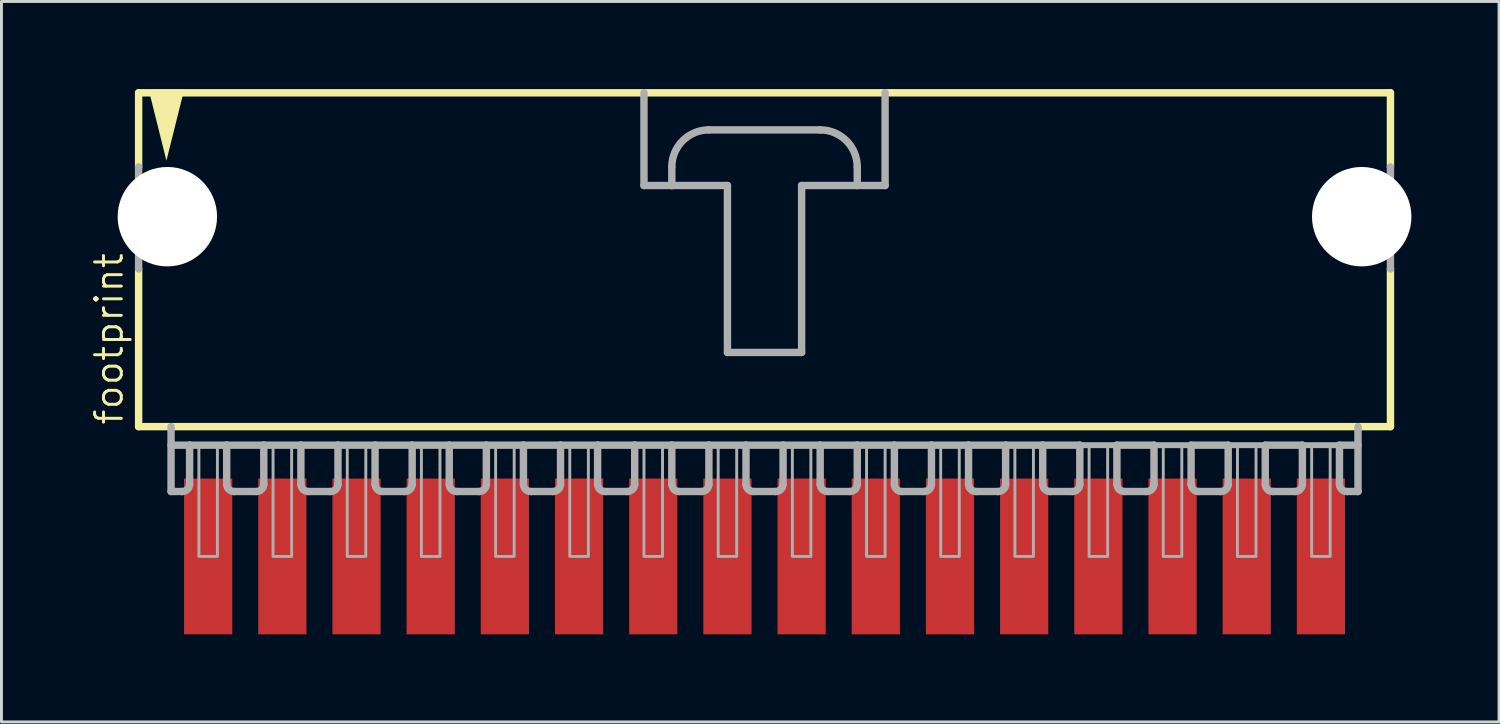
<source format=kicad_pcb>
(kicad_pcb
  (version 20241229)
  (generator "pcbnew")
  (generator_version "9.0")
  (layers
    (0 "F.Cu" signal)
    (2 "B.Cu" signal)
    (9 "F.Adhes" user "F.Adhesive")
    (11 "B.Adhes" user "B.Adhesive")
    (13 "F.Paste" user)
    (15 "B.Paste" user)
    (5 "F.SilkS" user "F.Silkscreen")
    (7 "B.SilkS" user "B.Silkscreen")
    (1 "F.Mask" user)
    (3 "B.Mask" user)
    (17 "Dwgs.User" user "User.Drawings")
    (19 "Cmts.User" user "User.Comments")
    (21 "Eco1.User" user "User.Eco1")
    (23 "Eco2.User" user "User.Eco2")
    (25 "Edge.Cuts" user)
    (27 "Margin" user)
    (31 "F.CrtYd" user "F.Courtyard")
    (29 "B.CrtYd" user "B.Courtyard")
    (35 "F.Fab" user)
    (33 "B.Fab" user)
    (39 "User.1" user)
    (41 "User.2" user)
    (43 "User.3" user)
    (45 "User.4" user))
  (footprint "footprint"
    (layer "F.Cu")
    (at 23.127 5.207)
    (property "Reference" "footprint" (at -21.907 6.35 90) (layer "F.SilkS") (effects (font (size 0.914 0.914) (thickness 0.102)) (justify left bottom)))
    (fp_line (start -21.431 -5.08) (end -21.431 -2.54) (stroke (width 0.254) (type solid)) (layer "F.SilkS"))
    (fp_line (start -21.431 0.953) (end -21.431 6.35) (stroke (width 0.254) (type solid)) (layer "F.SilkS"))
    (fp_line (start -21.431 6.35) (end 21.431 6.35) (stroke (width 0.254) (type solid)) (layer "F.SilkS"))
    (fp_line (start 21.431 -5.08) (end -21.431 -5.08) (stroke (width 0.254) (type solid)) (layer "F.SilkS"))
    (fp_line (start 21.431 -2.54) (end 21.431 -5.08) (stroke (width 0.254) (type solid)) (layer "F.SilkS"))
    (fp_line (start 21.431 6.35) (end 21.431 0.953) (stroke (width 0.254) (type solid)) (layer "F.SilkS"))
    (fp_poly (pts (xy -20.479 -2.756) (xy -21.085 -5.182) (xy -19.872 -5.182)) (stroke (width 0) (type solid)) (fill yes) (layer "F.SilkS"))
    (fp_line (start -21.431 -2.54) (end -21.431 0.953) (stroke (width 0.254) (type solid)) (layer "F.Fab"))
    (fp_line (start -20.32 6.35) (end -20.32 8.572) (stroke (width 0.254) (type solid)) (layer "F.Fab"))
    (fp_line (start -20.32 6.985) (end -19.685 6.985) (stroke (width 0.254) (type solid)) (layer "F.Fab"))
    (fp_line (start -19.939 8.572) (end -20.32 8.572) (stroke (width 0.254) (type solid)) (layer "F.Fab"))
    (fp_line (start -19.685 6.985) (end -19.685 8.319) (stroke (width 0.254) (type solid)) (layer "F.Fab"))
    (fp_line (start -19.685 6.985) (end -18.415 6.985) (stroke (width 0.254) (type solid)) (layer "F.Fab"))
    (fp_line (start -18.415 6.985) (end -18.415 8.319) (stroke (width 0.254) (type solid)) (layer "F.Fab"))
    (fp_line (start -18.415 6.985) (end -17.145 6.985) (stroke (width 0.254) (type solid)) (layer "F.Fab"))
    (fp_line (start -17.399 8.572) (end -18.161 8.572) (stroke (width 0.254) (type solid)) (layer "F.Fab"))
    (fp_line (start -17.145 6.985) (end -17.145 8.319) (stroke (width 0.254) (type solid)) (layer "F.Fab"))
    (fp_line (start -17.145 6.985) (end -15.875 6.985) (stroke (width 0.254) (type solid)) (layer "F.Fab"))
    (fp_line (start -15.875 6.985) (end -15.875 8.319) (stroke (width 0.254) (type solid)) (layer "F.Fab"))
    (fp_line (start -15.875 6.985) (end -14.605 6.985) (stroke (width 0.254) (type solid)) (layer "F.Fab"))
    (fp_line (start -14.859 8.572) (end -15.621 8.572) (stroke (width 0.254) (type solid)) (layer "F.Fab"))
    (fp_line (start -14.605 6.985) (end -14.605 8.319) (stroke (width 0.254) (type solid)) (layer "F.Fab"))
    (fp_line (start -14.605 6.985) (end -13.335 6.985) (stroke (width 0.254) (type solid)) (layer "F.Fab"))
    (fp_line (start -13.335 6.985) (end -13.335 8.319) (stroke (width 0.254) (type solid)) (layer "F.Fab"))
    (fp_line (start -13.335 6.985) (end -12.065 6.985) (stroke (width 0.254) (type solid)) (layer "F.Fab"))
    (fp_line (start -12.319 8.572) (end -13.081 8.572) (stroke (width 0.254) (type solid)) (layer "F.Fab"))
    (fp_line (start -12.065 6.985) (end -12.065 8.319) (stroke (width 0.254) (type solid)) (layer "F.Fab"))
    (fp_line (start -12.065 6.985) (end -10.795 6.985) (stroke (width 0.254) (type solid)) (layer "F.Fab"))
    (fp_line (start -10.795 6.985) (end -10.795 8.319) (stroke (width 0.254) (type solid)) (layer "F.Fab"))
    (fp_line (start -10.795 6.985) (end -9.525 6.985) (stroke (width 0.254) (type solid)) (layer "F.Fab"))
    (fp_line (start -9.779 8.572) (end -10.541 8.572) (stroke (width 0.254) (type solid)) (layer "F.Fab"))
    (fp_line (start -9.525 6.985) (end -9.525 8.319) (stroke (width 0.254) (type solid)) (layer "F.Fab"))
    (fp_line (start -9.525 6.985) (end -8.255 6.985) (stroke (width 0.254) (type solid)) (layer "F.Fab"))
    (fp_line (start -8.255 6.985) (end -8.255 8.319) (stroke (width 0.254) (type solid)) (layer "F.Fab"))
    (fp_line (start -8.255 6.985) (end -6.985 6.985) (stroke (width 0.254) (type solid)) (layer "F.Fab"))
    (fp_line (start -7.239 8.572) (end -8.001 8.572) (stroke (width 0.254) (type solid)) (layer "F.Fab"))
    (fp_line (start -6.985 6.985) (end -6.985 8.319) (stroke (width 0.254) (type solid)) (layer "F.Fab"))
    (fp_line (start -6.985 6.985) (end -5.715 6.985) (stroke (width 0.254) (type solid)) (layer "F.Fab"))
    (fp_line (start -5.715 6.985) (end -5.715 8.319) (stroke (width 0.254) (type solid)) (layer "F.Fab"))
    (fp_line (start -5.715 6.985) (end -4.445 6.985) (stroke (width 0.254) (type solid)) (layer "F.Fab"))
    (fp_line (start -4.699 8.572) (end -5.461 8.572) (stroke (width 0.254) (type solid)) (layer "F.Fab"))
    (fp_line (start -4.445 6.985) (end -4.445 8.319) (stroke (width 0.254) (type solid)) (layer "F.Fab"))
    (fp_line (start -4.445 6.985) (end -3.175 6.985) (stroke (width 0.254) (type solid)) (layer "F.Fab"))
    (fp_line (start -4.128 -5.08) (end -4.128 -1.905) (stroke (width 0.254) (type solid)) (layer "F.Fab"))
    (fp_line (start -4.128 -1.905) (end -3.175 -1.905) (stroke (width 0.254) (type solid)) (layer "F.Fab"))
    (fp_line (start -3.175 -1.905) (end -3.175 -2.54) (stroke (width 0.254) (type solid)) (layer "F.Fab"))
    (fp_line (start -3.175 -1.905) (end -1.27 -1.905) (stroke (width 0.254) (type solid)) (layer "F.Fab"))
    (fp_line (start -3.175 6.985) (end -3.175 8.319) (stroke (width 0.254) (type solid)) (layer "F.Fab"))
    (fp_line (start -3.175 6.985) (end -1.905 6.985) (stroke (width 0.254) (type solid)) (layer "F.Fab"))
    (fp_line (start -2.159 8.572) (end -2.921 8.572) (stroke (width 0.254) (type solid)) (layer "F.Fab"))
    (fp_line (start -1.905 -3.81) (end 1.905 -3.81) (stroke (width 0.254) (type solid)) (layer "F.Fab"))
    (fp_line (start -1.905 6.985) (end -1.905 8.319) (stroke (width 0.254) (type solid)) (layer "F.Fab"))
    (fp_line (start -1.905 6.985) (end -0.635 6.985) (stroke (width 0.254) (type solid)) (layer "F.Fab"))
    (fp_line (start -1.27 -1.905) (end -1.27 3.81) (stroke (width 0.254) (type solid)) (layer "F.Fab"))
    (fp_line (start -1.27 3.81) (end 1.27 3.81) (stroke (width 0.254) (type solid)) (layer "F.Fab"))
    (fp_line (start -0.635 6.985) (end -0.635 8.319) (stroke (width 0.254) (type solid)) (layer "F.Fab"))
    (fp_line (start -0.635 6.985) (end 0.635 6.985) (stroke (width 0.254) (type solid)) (layer "F.Fab"))
    (fp_line (start 0.381 8.572) (end -0.381 8.572) (stroke (width 0.254) (type solid)) (layer "F.Fab"))
    (fp_line (start 0.635 6.985) (end 0.635 8.319) (stroke (width 0.254) (type solid)) (layer "F.Fab"))
    (fp_line (start 0.635 6.985) (end 1.905 6.985) (stroke (width 0.254) (type solid)) (layer "F.Fab"))
    (fp_line (start 1.27 -1.905) (end 3.175 -1.905) (stroke (width 0.254) (type solid)) (layer "F.Fab"))
    (fp_line (start 1.27 3.81) (end 1.27 -1.905) (stroke (width 0.254) (type solid)) (layer "F.Fab"))
    (fp_line (start 1.905 6.985) (end 1.905 8.319) (stroke (width 0.254) (type solid)) (layer "F.Fab"))
    (fp_line (start 1.905 6.985) (end 3.175 6.985) (stroke (width 0.254) (type solid)) (layer "F.Fab"))
    (fp_line (start 2.921 8.572) (end 2.159 8.572) (stroke (width 0.254) (type solid)) (layer "F.Fab"))
    (fp_line (start 3.175 -2.54) (end 3.175 -1.905) (stroke (width 0.254) (type solid)) (layer "F.Fab"))
    (fp_line (start 3.175 -1.905) (end 4.128 -1.905) (stroke (width 0.254) (type solid)) (layer "F.Fab"))
    (fp_line (start 3.175 6.985) (end 3.175 8.319) (stroke (width 0.254) (type solid)) (layer "F.Fab"))
    (fp_line (start 3.175 6.985) (end 4.445 6.985) (stroke (width 0.254) (type solid)) (layer "F.Fab"))
    (fp_line (start 4.128 -1.905) (end 4.128 -5.08) (stroke (width 0.254) (type solid)) (layer "F.Fab"))
    (fp_line (start 4.445 6.985) (end 4.445 8.319) (stroke (width 0.254) (type solid)) (layer "F.Fab"))
    (fp_line (start 4.445 6.985) (end 5.715 6.985) (stroke (width 0.254) (type solid)) (layer "F.Fab"))
    (fp_line (start 5.461 8.572) (end 4.699 8.572) (stroke (width 0.254) (type solid)) (layer "F.Fab"))
    (fp_line (start 5.715 6.985) (end 5.715 8.319) (stroke (width 0.254) (type solid)) (layer "F.Fab"))
    (fp_line (start 5.715 6.985) (end 6.985 6.985) (stroke (width 0.254) (type solid)) (layer "F.Fab"))
    (fp_line (start 6.985 6.985) (end 6.985 8.319) (stroke (width 0.254) (type solid)) (layer "F.Fab"))
    (fp_line (start 6.985 6.985) (end 8.255 6.985) (stroke (width 0.254) (type solid)) (layer "F.Fab"))
    (fp_line (start 7.239 8.572) (end 8.001 8.572) (stroke (width 0.254) (type solid)) (layer "F.Fab"))
    (fp_line (start 8.255 6.985) (end 9.525 6.985) (stroke (width 0.254) (type solid)) (layer "F.Fab"))
    (fp_line (start 8.255 8.319) (end 8.255 6.985) (stroke (width 0.254) (type solid)) (layer "F.Fab"))
    (fp_line (start 9.525 6.985) (end 9.525 8.319) (stroke (width 0.254) (type solid)) (layer "F.Fab"))
    (fp_line (start 9.525 6.985) (end 10.795 6.985) (stroke (width 0.254) (type solid)) (layer "F.Fab"))
    (fp_line (start 9.779 8.572) (end 10.541 8.572) (stroke (width 0.254) (type solid)) (layer "F.Fab"))
    (fp_line (start 10.795 6.985) (end 12.065 6.985) (stroke (width 0.203) (type solid)) (layer "F.Fab"))
    (fp_line (start 10.795 8.319) (end 10.795 6.985) (stroke (width 0.254) (type solid)) (layer "F.Fab"))
    (fp_line (start 12.065 6.985) (end 12.065 8.319) (stroke (width 0.254) (type solid)) (layer "F.Fab"))
    (fp_line (start 12.065 6.985) (end 13.335 6.985) (stroke (width 0.254) (type solid)) (layer "F.Fab"))
    (fp_line (start 12.319 8.572) (end 13.081 8.572) (stroke (width 0.254) (type solid)) (layer "F.Fab"))
    (fp_line (start 13.335 6.985) (end 14.605 6.985) (stroke (width 0.203) (type solid)) (layer "F.Fab"))
    (fp_line (start 13.335 8.319) (end 13.335 6.985) (stroke (width 0.254) (type solid)) (layer "F.Fab"))
    (fp_line (start 14.605 6.985) (end 14.605 8.319) (stroke (width 0.254) (type solid)) (layer "F.Fab"))
    (fp_line (start 14.605 6.985) (end 15.875 6.985) (stroke (width 0.254) (type solid)) (layer "F.Fab"))
    (fp_line (start 14.859 8.572) (end 15.621 8.572) (stroke (width 0.254) (type solid)) (layer "F.Fab"))
    (fp_line (start 15.875 6.985) (end 17.145 6.985) (stroke (width 0.203) (type solid)) (layer "F.Fab"))
    (fp_line (start 15.875 8.319) (end 15.875 6.985) (stroke (width 0.254) (type solid)) (layer "F.Fab"))
    (fp_line (start 17.145 6.985) (end 17.145 8.319) (stroke (width 0.254) (type solid)) (layer "F.Fab"))
    (fp_line (start 17.145 6.985) (end 18.415 6.985) (stroke (width 0.254) (type solid)) (layer "F.Fab"))
    (fp_line (start 17.399 8.572) (end 18.161 8.572) (stroke (width 0.254) (type solid)) (layer "F.Fab"))
    (fp_line (start 18.415 6.985) (end 19.685 6.985) (stroke (width 0.203) (type solid)) (layer "F.Fab"))
    (fp_line (start 18.415 8.319) (end 18.415 6.985) (stroke (width 0.254) (type solid)) (layer "F.Fab"))
    (fp_line (start 19.685 6.985) (end 19.685 8.319) (stroke (width 0.254) (type solid)) (layer "F.Fab"))
    (fp_line (start 19.685 6.985) (end 20.32 6.985) (stroke (width 0.254) (type solid)) (layer "F.Fab"))
    (fp_line (start 19.939 8.572) (end 20.32 8.572) (stroke (width 0.254) (type solid)) (layer "F.Fab"))
    (fp_line (start 20.32 8.572) (end 20.32 6.35) (stroke (width 0.254) (type solid)) (layer "F.Fab"))
    (fp_line (start 21.431 -2.54) (end 21.431 0.953) (stroke (width 0.254) (type solid)) (layer "F.Fab"))
    (fp_arc (start -19.685 8.3185) (mid -19.759395 8.498105) (end -19.939 8.5725) (stroke (width 0.254) (type solid)) (layer "F.Fab"))
    (fp_arc (start -18.161 8.5725) (mid -18.340605 8.498105) (end -18.415 8.3185) (stroke (width 0.254) (type solid)) (layer "F.Fab"))
    (fp_arc (start -17.145 8.3185) (mid -17.219395 8.498105) (end -17.399 8.5725) (stroke (width 0.254) (type solid)) (layer "F.Fab"))
    (fp_arc (start -15.621 8.5725) (mid -15.800605 8.498105) (end -15.875 8.3185) (stroke (width 0.254) (type solid)) (layer "F.Fab"))
    (fp_arc (start -14.605 8.3185) (mid -14.679395 8.498105) (end -14.859 8.5725) (stroke (width 0.254) (type solid)) (layer "F.Fab"))
    (fp_arc (start -13.081 8.5725) (mid -13.260605 8.498105) (end -13.335 8.3185) (stroke (width 0.254) (type solid)) (layer "F.Fab"))
    (fp_arc (start -12.065 8.3185) (mid -12.139395 8.498105) (end -12.319 8.5725) (stroke (width 0.254) (type solid)) (layer "F.Fab"))
    (fp_arc (start -10.541 8.5725) (mid -10.720605 8.498105) (end -10.795 8.3185) (stroke (width 0.254) (type solid)) (layer "F.Fab"))
    (fp_arc (start -9.525 8.3185) (mid -9.599395 8.498105) (end -9.779 8.5725) (stroke (width 0.254) (type solid)) (layer "F.Fab"))
    (fp_arc (start -8.001 8.5725) (mid -8.180605 8.498105) (end -8.255 8.3185) (stroke (width 0.254) (type solid)) (layer "F.Fab"))
    (fp_arc (start -6.985 8.3185) (mid -7.059395 8.498105) (end -7.239 8.5725) (stroke (width 0.254) (type solid)) (layer "F.Fab"))
    (fp_arc (start -5.461 8.5725) (mid -5.640605 8.498105) (end -5.715 8.3185) (stroke (width 0.254) (type solid)) (layer "F.Fab"))
    (fp_arc (start -4.445 8.3185) (mid -4.519395 8.498105) (end -4.699 8.5725) (stroke (width 0.254) (type solid)) (layer "F.Fab"))
    (fp_arc (start -3.175 -2.54) (mid -2.803026 -3.438026) (end -1.905 -3.81) (stroke (width 0.254) (type solid)) (layer "F.Fab"))
    (fp_arc (start -2.921 8.5725) (mid -3.100605 8.498105) (end -3.175 8.3185) (stroke (width 0.254) (type solid)) (layer "F.Fab"))
    (fp_arc (start -1.905 8.3185) (mid -1.979395 8.498105) (end -2.159 8.5725) (stroke (width 0.254) (type solid)) (layer "F.Fab"))
    (fp_arc (start -0.381 8.5725) (mid -0.560605 8.498105) (end -0.635 8.3185) (stroke (width 0.254) (type solid)) (layer "F.Fab"))
    (fp_arc (start 0.635 8.3185) (mid 0.560605 8.498105) (end 0.381 8.5725) (stroke (width 0.254) (type solid)) (layer "F.Fab"))
    (fp_arc (start 1.905 -3.81) (mid 2.803026 -3.438026) (end 3.175 -2.54) (stroke (width 0.254) (type solid)) (layer "F.Fab"))
    (fp_arc (start 2.159 8.5725) (mid 1.979395 8.498105) (end 1.905 8.3185) (stroke (width 0.254) (type solid)) (layer "F.Fab"))
    (fp_arc (start 3.175 8.3185) (mid 3.100605 8.498105) (end 2.921 8.5725) (stroke (width 0.254) (type solid)) (layer "F.Fab"))
    (fp_arc (start 4.699 8.5725) (mid 4.519395 8.498105) (end 4.445 8.3185) (stroke (width 0.254) (type solid)) (layer "F.Fab"))
    (fp_arc (start 5.715 8.3185) (mid 5.640605 8.498105) (end 5.461 8.5725) (stroke (width 0.254) (type solid)) (layer "F.Fab"))
    (fp_arc (start 7.239 8.5725) (mid 7.059395 8.498105) (end 6.985 8.3185) (stroke (width 0.254) (type solid)) (layer "F.Fab"))
    (fp_arc (start 8.255 8.3185) (mid 8.180605 8.498105) (end 8.001 8.5725) (stroke (width 0.254) (type solid)) (layer "F.Fab"))
    (fp_arc (start 9.779 8.5725) (mid 9.599395 8.498105) (end 9.525 8.3185) (stroke (width 0.254) (type solid)) (layer "F.Fab"))
    (fp_arc (start 10.795 8.3185) (mid 10.720605 8.498105) (end 10.541 8.5725) (stroke (width 0.254) (type solid)) (layer "F.Fab"))
    (fp_arc (start 12.319 8.5725) (mid 12.139395 8.498105) (end 12.065 8.3185) (stroke (width 0.254) (type solid)) (layer "F.Fab"))
    (fp_arc (start 13.335 8.3185) (mid 13.260605 8.498105) (end 13.081 8.5725) (stroke (width 0.254) (type solid)) (layer "F.Fab"))
    (fp_arc (start 14.859 8.5725) (mid 14.679395 8.498105) (end 14.605 8.3185) (stroke (width 0.254) (type solid)) (layer "F.Fab"))
    (fp_arc (start 15.875 8.3185) (mid 15.800605 8.498105) (end 15.621 8.5725) (stroke (width 0.254) (type solid)) (layer "F.Fab"))
    (fp_arc (start 17.399 8.5725) (mid 17.219395 8.498105) (end 17.145 8.3185) (stroke (width 0.254) (type solid)) (layer "F.Fab"))
    (fp_arc (start 18.415 8.3185) (mid 18.340605 8.498105) (end 18.161 8.5725) (stroke (width 0.254) (type solid)) (layer "F.Fab"))
    (fp_arc (start 19.939 8.5725) (mid 19.759395 8.498105) (end 19.685 8.3185) (stroke (width 0.254) (type solid)) (layer "F.Fab"))
    (fp_poly (pts (xy -19.367 10.795) (xy -18.733 10.795) (xy -18.733 6.985) (xy -19.367 6.985)) (stroke (width 0.1) (type solid)) (fill no) (layer "F.Fab"))
    (fp_poly (pts (xy -16.828 10.795) (xy -16.192 10.795) (xy -16.192 6.985) (xy -16.828 6.985)) (stroke (width 0.1) (type solid)) (fill no) (layer "F.Fab"))
    (fp_poly (pts (xy -14.287 10.795) (xy -13.652 10.795) (xy -13.652 6.985) (xy -14.287 6.985)) (stroke (width 0.1) (type solid)) (fill no) (layer "F.Fab"))
    (fp_poly (pts (xy -11.748 10.795) (xy -11.113 10.795) (xy -11.113 6.985) (xy -11.748 6.985)) (stroke (width 0.1) (type solid)) (fill no) (layer "F.Fab"))
    (fp_poly (pts (xy -9.207 10.795) (xy -8.572 10.795) (xy -8.572 6.985) (xy -9.207 6.985)) (stroke (width 0.1) (type solid)) (fill no) (layer "F.Fab"))
    (fp_poly (pts (xy -6.668 10.795) (xy -6.032 10.795) (xy -6.032 6.985) (xy -6.668 6.985)) (stroke (width 0.1) (type solid)) (fill no) (layer "F.Fab"))
    (fp_poly (pts (xy -4.128 10.795) (xy -3.493 10.795) (xy -3.493 6.985) (xy -4.128 6.985)) (stroke (width 0.1) (type solid)) (fill no) (layer "F.Fab"))
    (fp_poly (pts (xy -1.587 10.795) (xy -0.953 10.795) (xy -0.953 6.985) (xy -1.587 6.985)) (stroke (width 0.1) (type solid)) (fill no) (layer "F.Fab"))
    (fp_poly (pts (xy 0.953 10.795) (xy 1.587 10.795) (xy 1.587 6.985) (xy 0.953 6.985)) (stroke (width 0.1) (type solid)) (fill no) (layer "F.Fab"))
    (fp_poly (pts (xy 3.493 10.795) (xy 4.128 10.795) (xy 4.128 6.985) (xy 3.493 6.985)) (stroke (width 0.1) (type solid)) (fill no) (layer "F.Fab"))
    (fp_poly (pts (xy 6.032 10.795) (xy 6.668 10.795) (xy 6.668 6.985) (xy 6.032 6.985)) (stroke (width 0.1) (type solid)) (fill no) (layer "F.Fab"))
    (fp_poly (pts (xy 8.572 10.795) (xy 9.207 10.795) (xy 9.207 6.985) (xy 8.572 6.985)) (stroke (width 0.1) (type solid)) (fill no) (layer "F.Fab"))
    (fp_poly (pts (xy 11.113 10.795) (xy 11.748 10.795) (xy 11.748 6.985) (xy 11.113 6.985)) (stroke (width 0.1) (type solid)) (fill no) (layer "F.Fab"))
    (fp_poly (pts (xy 13.652 10.795) (xy 14.287 10.795) (xy 14.287 6.985) (xy 13.652 6.985)) (stroke (width 0.1) (type solid)) (fill no) (layer "F.Fab"))
    (fp_poly (pts (xy 16.192 10.795) (xy 16.828 10.795) (xy 16.828 6.985) (xy 16.192 6.985)) (stroke (width 0.1) (type solid)) (fill no) (layer "F.Fab"))
    (fp_poly (pts (xy 18.733 10.795) (xy 19.367 10.795) (xy 19.367 6.985) (xy 18.733 6.985)) (stroke (width 0.1) (type solid)) (fill no) (layer "F.Fab"))
    (pad "" np_thru_hole circle (at -20.447 -0.838) (size 3.404 3.404) (drill 3.404) (layers "*.Cu" "*.Mask"))
    (pad "" np_thru_hole circle (at 20.447 -0.838) (size 3.404 3.404) (drill 3.404) (layers "*.Cu" "*.Mask"))
    (pad "1" smd rect (at -19.05 10.795 90) (size 5.334 1.651) (layers "F.Cu" "F.Mask" "F.Paste"))
    (pad "2" smd rect (at -16.51 10.795 90) (size 5.334 1.651) (layers "F.Cu" "F.Mask" "F.Paste"))
    (pad "3" smd rect (at -13.97 10.795 90) (size 5.334 1.651) (layers "F.Cu" "F.Mask" "F.Paste"))
    (pad "4" smd rect (at -11.43 10.795 90) (size 5.334 1.651) (layers "F.Cu" "F.Mask" "F.Paste"))
    (pad "5" smd rect (at -8.89 10.795 90) (size 5.334 1.651) (layers "F.Cu" "F.Mask" "F.Paste"))
    (pad "6" smd rect (at -6.35 10.795 90) (size 5.334 1.651) (layers "F.Cu" "F.Mask" "F.Paste"))
    (pad "7" smd rect (at -3.81 10.795 90) (size 5.334 1.651) (layers "F.Cu" "F.Mask" "F.Paste"))
    (pad "8" smd rect (at -1.27 10.795 90) (size 5.334 1.651) (layers "F.Cu" "F.Mask" "F.Paste"))
    (pad "9" smd rect (at 1.27 10.795 90) (size 5.334 1.651) (layers "F.Cu" "F.Mask" "F.Paste"))
    (pad "10" smd rect (at 3.81 10.795 90) (size 5.334 1.651) (layers "F.Cu" "F.Mask" "F.Paste"))
    (pad "11" smd rect (at 6.35 10.795 90) (size 5.334 1.651) (layers "F.Cu" "F.Mask" "F.Paste"))
    (pad "12" smd rect (at 8.89 10.795 90) (size 5.334 1.651) (layers "F.Cu" "F.Mask" "F.Paste"))
    (pad "13" smd rect (at 11.43 10.795 90) (size 5.334 1.651) (layers "F.Cu" "F.Mask" "F.Paste"))
    (pad "14" smd rect (at 13.97 10.795 90) (size 5.334 1.651) (layers "F.Cu" "F.Mask" "F.Paste"))
    (pad "15" smd rect (at 16.51 10.795 90) (size 5.334 1.651) (layers "F.Cu" "F.Mask" "F.Paste"))
    (pad "16" smd rect (at 19.05 10.795 90) (size 5.334 1.651) (layers "F.Cu" "F.Mask" "F.Paste")))
  (gr_rect
    (start -3 -3)
    (end 48.276 21.669)
    (stroke (width 0.1) (type default))
    (fill no)
    (layer "Edge.Cuts")))
</source>
